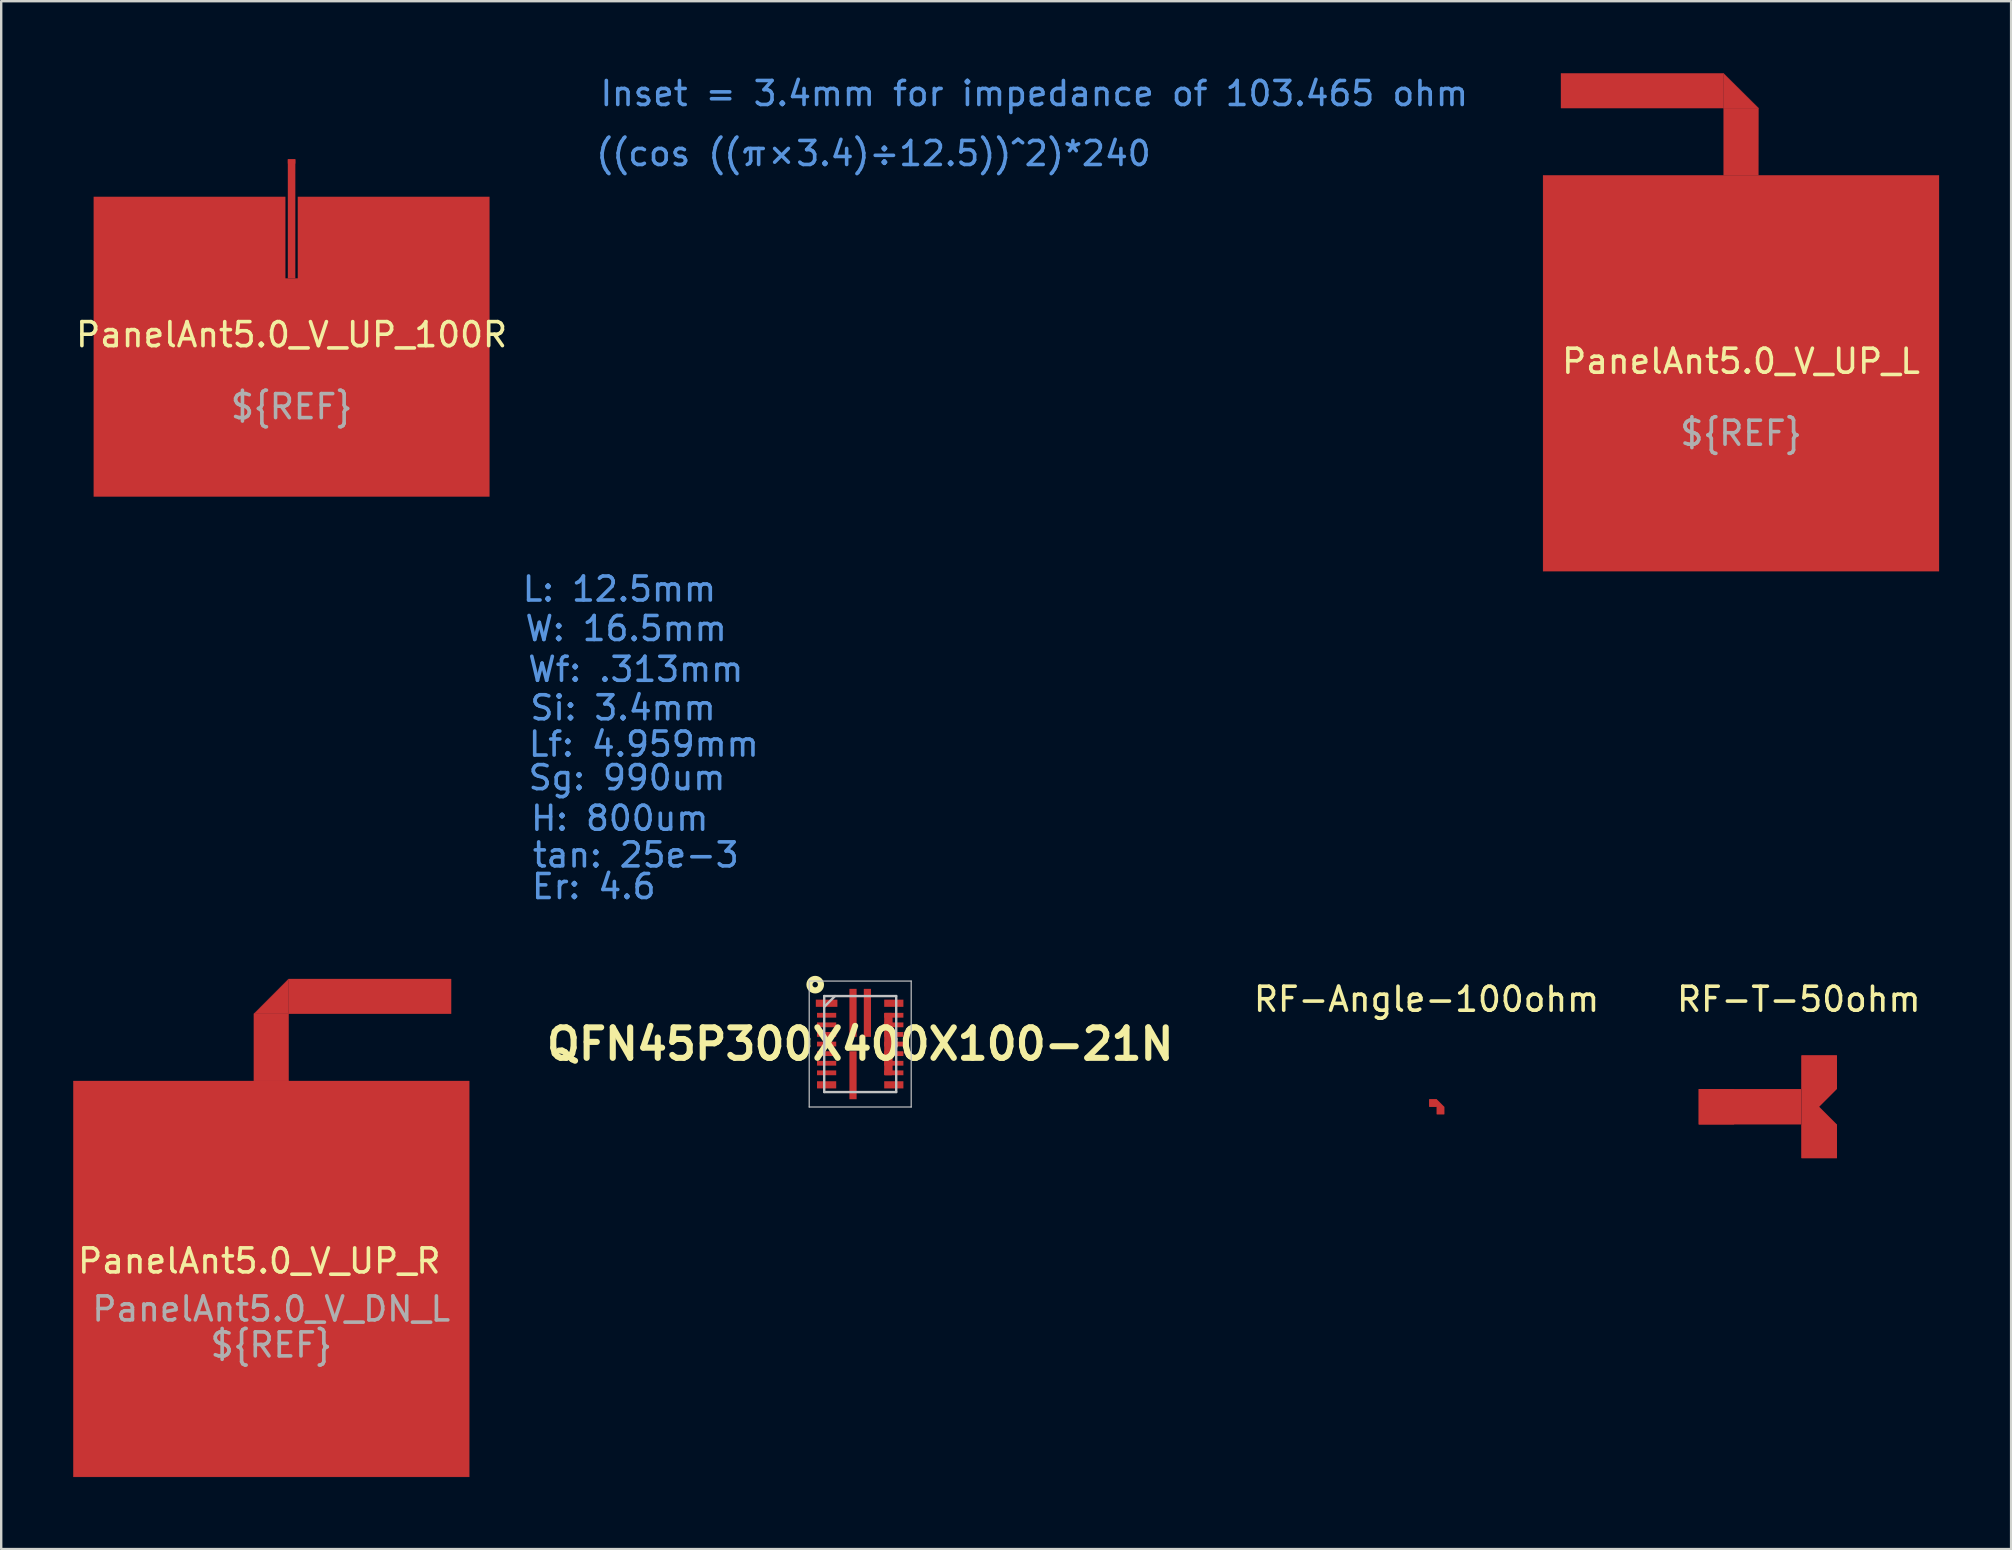
<source format=kicad_pcb>
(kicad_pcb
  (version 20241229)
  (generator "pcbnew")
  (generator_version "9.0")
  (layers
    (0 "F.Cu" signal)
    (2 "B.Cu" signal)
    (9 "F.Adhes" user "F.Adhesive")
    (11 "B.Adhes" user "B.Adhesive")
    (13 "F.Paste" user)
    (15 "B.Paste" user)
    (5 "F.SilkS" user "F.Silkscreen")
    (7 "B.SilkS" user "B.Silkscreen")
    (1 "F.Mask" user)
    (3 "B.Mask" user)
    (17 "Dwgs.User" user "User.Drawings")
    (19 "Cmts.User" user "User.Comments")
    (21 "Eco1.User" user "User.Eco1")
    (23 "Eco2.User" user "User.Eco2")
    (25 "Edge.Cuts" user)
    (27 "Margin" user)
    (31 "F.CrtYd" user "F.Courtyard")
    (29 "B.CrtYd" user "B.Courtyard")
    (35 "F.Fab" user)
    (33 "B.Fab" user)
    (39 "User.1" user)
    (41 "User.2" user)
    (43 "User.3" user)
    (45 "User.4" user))
  (footprint "PanelAnt5.0_V_UP_L"
    (layer "F.Cu")
    (at 69.503 12.505)
    (property "Reference" "PanelAnt5.0_V_UP_L" (at 0 -0.5 0) (unlocked yes) (layer "F.SilkS") (effects (font (size 1 1) (thickness 0.15))))
    (attr through_hole)
    (fp_poly (pts (xy -0.73 -11.05) (xy -0.73 -12.5) (xy 0.73 -11.05)) (stroke (width 0.01) (type solid)) (fill yes) (layer "F.Cu"))
    (fp_poly (pts (xy -7.503 -11.05) (xy -7.503 -12.5) (xy -0.731 -12.5) (xy -0.731 -11.05)) (stroke (width 0.01) (type solid)) (fill yes) (layer "F.Cu"))
    (fp_poly (pts (xy 0.725 -8.251) (xy -0.725 -8.251) (xy -0.725 -11.05) (xy 0.73 -11.05)) (stroke (width 0.01) (type solid)) (fill yes) (layer "F.Cu"))
    (fp_poly (pts (xy 8.25 8.25) (xy -8.25 8.25) (xy -8.25 -8.25) (xy 8.25 -8.25)) (stroke (width 0.01) (type solid)) (fill yes) (layer "F.Cu"))
    (fp_text user "${REF}" (at 0 2.5 0) (unlocked yes) (layer "F.Fab") (effects (font (size 1 1) (thickness 0.15)))))
  (footprint "PanelAnt5.0_V_UP_R"
    (layer "F.Cu")
    (at 8.255 50.248)
    (property "Reference" "PanelAnt5.0_V_UP_R" (at -0.5 -0.75 0) (unlocked yes) (layer "F.SilkS") (effects (font (size 1 1) (thickness 0.15))))
    (attr through_hole)
    (fp_poly (pts (xy 0.72 -11.05) (xy -0.725 -11.05) (xy 0.72 -12.5)) (stroke (width 0.01) (type solid)) (fill yes) (layer "F.Cu"))
    (fp_poly (pts (xy 0.725 -8.251) (xy -0.725 -8.251) (xy -0.725 -11.05) (xy 0.725 -11.05)) (stroke (width 0.01) (type solid)) (fill yes) (layer "F.Cu"))
    (fp_poly (pts (xy 7.493 -12.5) (xy 7.493 -11.05) (xy 0.721 -11.05) (xy 0.721 -12.5)) (stroke (width 0.01) (type solid)) (fill yes) (layer "F.Cu"))
    (fp_poly (pts (xy 8.25 8.25) (xy -8.25 8.25) (xy -8.25 -8.25) (xy 8.25 -8.25)) (stroke (width 0.01) (type solid)) (fill yes) (layer "F.Cu"))
    (fp_text user "PanelAnt5.0_V_DN_L" (at 0 1.25 0) (unlocked yes) (layer "F.Fab") (effects (font (size 1 1) (thickness 0.15))))
    (fp_text user "${REF}" (at 0 2.75 0) (unlocked yes) (layer "F.Fab") (effects (font (size 1 1) (thickness 0.15)))))
  (footprint "RF-T-50ohm"
    (layer "F.Cu")
    (at 72.022 43.072)
    (property "Reference" "RF-T-50ohm" (at -0.111 -4.48 0) (unlocked yes) (layer "F.SilkS") (effects (font (size 1 1) (thickness 0.15))))
    (fp_poly (pts (xy 0 0.738) (xy -4.284 0.738) (xy -4.284 -0.739) (xy 0 -0.739)) (stroke (width 0.0001) (type solid)) (fill yes) (layer "F.Cu"))
    (fp_poly (pts (xy 1.478 -0.739) (xy 0.739 0) (xy 1.478 0.739) (xy 1.478 2.142) (xy 0.000171 2.142) (xy 0.000171 -2.142) (xy 1.478 -2.142)) (stroke (width 0.0001) (type solid)) (fill yes) (layer "F.Cu"))
    (pad "1" smd rect (at -3.545 -0.00025) (size 1.476 1.476) (layers "F.Cu"))
    (pad "2" smd rect (at 0.738 -1.44) (size 1.476 1.4) (layers "F.Cu"))
    (pad "3" smd rect (at 0.738 1.441) (size 1.476 1.4) (layers "F.Cu")))
  (footprint "PanelAnt5.0_V_UP_100R"
    (layer "F.Cu")
    (at 9.101 11.398)
    (property "Reference" "PanelAnt5.0_V_UP_100R" (at 0 -0.5 0) (unlocked yes) (layer "F.SilkS") (effects (font (size 1 1) (thickness 0.15))))
    (attr through_hole)
    (fp_poly (pts (xy 0.157 -2.85) (xy -0.157 -2.85) (xy -0.157 -7.81) (xy 0.157 -7.81)) (stroke (width 0.0001) (type solid)) (fill yes) (layer "F.Cu"))
    (fp_poly (pts (xy -0.256 -2.85) (xy 0.256 -2.85) (xy 0.256 -6.25) (xy 8.25 -6.25) (xy 8.25 6.25) (xy -8.25 6.25) (xy -8.25 -6.25) (xy -0.256 -6.25)) (stroke (width 0.001) (type solid)) (fill yes) (layer "F.Cu"))
    (fp_text user "Wf: .313mm" (at 9.768 13.445 0) (unlocked yes) (layer "Cmts.User") (effects (font (size 1 1) (thickness 0.15)) (justify left)))
    (fp_text user "tan: 25e-3" (at 9.96 21.181 0) (unlocked yes) (layer "Cmts.User") (effects (font (size 1 1) (thickness 0.15)) (justify left)))
    (fp_text user "Sg: 990um" (at 9.785 17.96 0) (unlocked yes) (layer "Cmts.User") (effects (font (size 1 1) (thickness 0.15)) (justify left)))
    (fp_text user "((cos ((π×3.4)÷12.5))^2)*240" (at 24.25 -8.05 0) (unlocked yes) (layer "Cmts.User") (effects (font (size 1 1) (thickness 0.15))))
    (fp_text user "W: 16.5mm" (at 9.653 11.746 0) (unlocked yes) (layer "Cmts.User") (effects (font (size 1 1) (thickness 0.15)) (justify left)))
    (fp_text user "Er: 4.6" (at 9.923 22.497 0) (unlocked yes) (layer "Cmts.User") (effects (font (size 1 1) (thickness 0.15)) (justify left)))
    (fp_text user "L: 12.5mm" (at 9.54 10.1 0) (unlocked yes) (layer "Cmts.User") (effects (font (size 1 1) (thickness 0.15)) (justify left)))
    (fp_text user "Inset = 3.4mm for impedance of 103.465 ohm" (at 30.95 -10.55 0) (unlocked yes) (layer "Cmts.User") (effects (font (size 1 1) (thickness 0.15))))
    (fp_text user "Si: 3.4mm" (at 9.858 15.05 0) (unlocked yes) (layer "Cmts.User") (effects (font (size 1 1) (thickness 0.15)) (justify left)))
    (fp_text user "H: 800um" (at 9.886 19.653 0) (unlocked yes) (layer "Cmts.User") (effects (font (size 1 1) (thickness 0.15)) (justify left)))
    (fp_text user "Lf: 4.959mm" (at 9.794 16.561 0) (unlocked yes) (layer "Cmts.User") (effects (font (size 1 1) (thickness 0.15)) (justify left)))
    (fp_text user "${REF}" (at 0 2.5 0) (unlocked yes) (layer "F.Fab") (effects (font (size 1 1) (thickness 0.15))))
    (pad "1" smd rect (at 0 -7.72) (size 0.313 0.18) (layers "F.Cu")))
  (footprint "QFN45P300X400X100-21N"
    (layer "F.Cu")
    (at 32.797 40.458)
    (property "Reference" "QFN45P300X400X100-21N" (at 0 0 0) (layer "F.SilkS") (effects (font (size 1.27 1.27) (thickness 0.254))))
    (attr smd)
    (fp_poly (pts (xy 1.3 1.25) (xy 1.05 1.25) (xy 1.05 -1.25) (xy 1.3 -1.25)) (stroke (width 0.1) (type solid)) (fill yes) (layer "F.Cu"))
    (fp_circle (center -1.875 -2.475) (end -1.762 -2.475) (stroke (width 0.254) (type solid)) (fill no) (layer "F.SilkS"))
    (fp_line (start -2.125 -2.625) (end 2.125 -2.625) (stroke (width 0.05) (type solid)) (layer "Dwgs.User"))
    (fp_line (start -2.125 2.625) (end -2.125 -2.625) (stroke (width 0.05) (type solid)) (layer "Dwgs.User"))
    (fp_line (start -1.5 -2) (end 1.5 -2) (stroke (width 0.1) (type solid)) (layer "Dwgs.User"))
    (fp_line (start -1.5 -1.55) (end -1.05 -2) (stroke (width 0.1) (type solid)) (layer "Dwgs.User"))
    (fp_line (start -1.5 2) (end -1.5 -2) (stroke (width 0.1) (type solid)) (layer "Dwgs.User"))
    (fp_line (start 1.5 -2) (end 1.5 2) (stroke (width 0.1) (type solid)) (layer "Dwgs.User"))
    (fp_line (start 1.5 2) (end -1.5 2) (stroke (width 0.1) (type solid)) (layer "Dwgs.User"))
    (fp_line (start 2.125 -2.625) (end 2.125 2.625) (stroke (width 0.05) (type solid)) (layer "Dwgs.User"))
    (fp_line (start 2.125 2.625) (end -2.125 2.625) (stroke (width 0.05) (type solid)) (layer "Dwgs.User"))
    (pad "1" smd rect (at -1.4 -1.7 90) (size 0.3 0.9) (layers "F.Cu" "F.Mask" "F.Paste"))
    (pad "2" smd rect (at -1.4 -1.2 90) (size 0.2 0.8) (layers "F.Cu" "F.Mask" "F.Paste"))
    (pad "3" smd rect (at -1.4 -0.8 90) (size 0.2 0.8) (layers "F.Cu" "F.Mask" "F.Paste"))
    (pad "4" smd rect (at -1.4 -0.4 90) (size 0.2 0.8) (layers "F.Cu" "F.Mask" "F.Paste"))
    (pad "5" smd rect (at -1.4 0 90) (size 0.2 0.8) (layers "F.Cu" "F.Mask" "F.Paste"))
    (pad "6" smd rect (at -1.4 0.4 90) (size 0.2 0.8) (layers "F.Cu" "F.Mask" "F.Paste"))
    (pad "7" smd rect (at -1.4 0.8 90) (size 0.2 0.8) (layers "F.Cu" "F.Mask" "F.Paste"))
    (pad "8" smd rect (at -1.4 1.2 90) (size 0.2 0.8) (layers "F.Cu" "F.Mask" "F.Paste"))
    (pad "9" smd rect (at -1.4 1.7 90) (size 0.3 0.8) (layers "F.Cu" "F.Mask" "F.Paste"))
    (pad "10" smd rect (at -0.3 1.3) (size 0.3 2) (layers "F.Cu" "F.Mask" "F.Paste"))
    (pad "11" smd rect (at 1.4 1.7 90) (size 0.3 0.8) (layers "F.Cu" "F.Mask" "F.Paste"))
    (pad "12" smd rect (at 1.4 1.2 90) (size 0.2 0.8) (layers "F.Cu" "F.Mask" "F.Paste"))
    (pad "13" smd rect (at 1.4 0.8 90) (size 0.2 0.8) (layers "F.Cu" "F.Mask" "F.Paste"))
    (pad "14" smd rect (at 1.4 0.4 90) (size 0.2 0.8) (layers "F.Cu" "F.Mask" "F.Paste"))
    (pad "15" smd rect (at 1.4 0 90) (size 0.2 0.8) (layers "F.Cu" "F.Mask" "F.Paste"))
    (pad "16" smd rect (at 1.4 -0.4 90) (size 0.2 0.8) (layers "F.Cu" "F.Mask" "F.Paste"))
    (pad "17" smd rect (at 1.4 -0.8 90) (size 0.2 0.8) (layers "F.Cu" "F.Mask" "F.Paste"))
    (pad "18" smd rect (at 1.4 -1.2 90) (size 0.2 0.8) (layers "F.Cu" "F.Mask" "F.Paste"))
    (pad "19" smd rect (at 1.4 -1.7 90) (size 0.3 0.8) (layers "F.Cu" "F.Mask" "F.Paste"))
    (pad "20" smd rect (at 0.3 -1.3) (size 0.3 2) (layers "F.Cu" "F.Mask" "F.Paste"))
    (pad "21" smd rect (at -0.3 -1.3) (size 0.3 2) (layers "F.Cu" "F.Mask" "F.Paste")))
  (footprint "RF-Angle-100ohm"
    (layer "F.Cu")
    (at 56.51 43.072)
    (property "Reference" "RF-Angle-100ohm" (at -0.111 -4.48 0) (unlocked yes) (layer "F.SilkS") (effects (font (size 1 1) (thickness 0.15))))
    (fp_poly (pts (xy 0.626 0) (xy 0.626 0.313) (xy 0.313 0.313) (xy 0.313 0) (xy 0 0) (xy 0 -0.313) (xy 0.313 -0.313)) (stroke (width 0.0001) (type solid)) (fill yes) (layer "F.Cu"))
    (pad "1" smd rect (at 0.157 -0.157) (size 0.313 0.313) (layers "F.Cu"))
    (pad "2" smd rect (at 0.469 0.157) (size 0.313 0.313) (layers "F.Cu")))
  (gr_rect
    (start -3 -3)
    (end 80.758 61.504)
    (stroke (width 0.1) (type default))
    (fill no)
    (layer "Edge.Cuts")))
</source>
